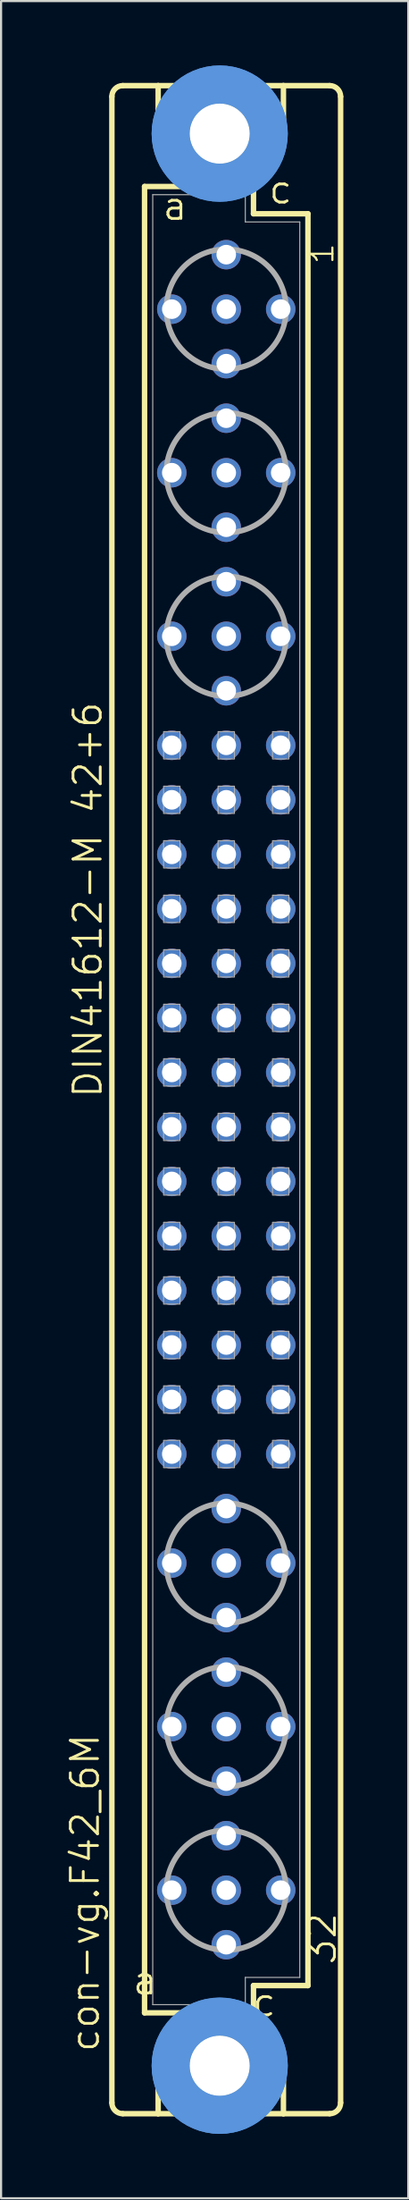
<source format=kicad_pcb>
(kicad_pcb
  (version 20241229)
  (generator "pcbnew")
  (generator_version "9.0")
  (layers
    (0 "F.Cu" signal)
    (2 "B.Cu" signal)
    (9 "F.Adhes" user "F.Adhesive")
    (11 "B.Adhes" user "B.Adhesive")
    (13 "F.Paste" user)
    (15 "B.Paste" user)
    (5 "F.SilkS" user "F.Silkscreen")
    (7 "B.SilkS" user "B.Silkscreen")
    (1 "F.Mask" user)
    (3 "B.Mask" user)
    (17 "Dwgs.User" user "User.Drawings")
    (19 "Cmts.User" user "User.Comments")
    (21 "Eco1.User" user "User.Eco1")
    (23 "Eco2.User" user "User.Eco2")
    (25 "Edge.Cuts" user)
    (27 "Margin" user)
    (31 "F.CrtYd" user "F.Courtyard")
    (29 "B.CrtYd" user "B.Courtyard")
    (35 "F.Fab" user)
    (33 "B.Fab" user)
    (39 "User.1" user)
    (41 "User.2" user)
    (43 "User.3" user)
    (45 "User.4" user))
  (footprint "con-vg.F42_6M"
    (layer "F.Cu")
    (at 7.502 48.184)
    (property "Reference" "con-vg.F42_6M" (at -5.842 44.45 90) (layer "F.SilkS") (effects (font (size 1.27 1.27) (thickness 0.13)) (justify left bottom)))
    (attr through_hole)
    (fp_line (start -5.334 46.736) (end -5.334 -46.736) (stroke (width 0.254) (type default)) (layer "F.SilkS"))
    (fp_line (start -4.826 -47.244) (end -3.175 -47.244) (stroke (width 0.254) (type default)) (layer "F.SilkS"))
    (fp_line (start -4.826 47.244) (end -3.175 47.244) (stroke (width 0.254) (type default)) (layer "F.SilkS"))
    (fp_line (start -3.81 -42.545) (end -3.81 42.545) (stroke (width 0.254) (type default)) (layer "F.SilkS"))
    (fp_line (start -3.81 42.545) (end -1.651 42.545) (stroke (width 0.254) (type default)) (layer "F.SilkS"))
    (fp_line (start -3.175 -47.244) (end -3.175 -44.45) (stroke (width 0.254) (type default)) (layer "F.SilkS"))
    (fp_line (start -3.175 47.244) (end -3.175 44.45) (stroke (width 0.254) (type default)) (layer "F.SilkS"))
    (fp_line (start -3.175 47.244) (end 2.667 47.244) (stroke (width 0.254) (type default)) (layer "F.SilkS"))
    (fp_line (start -1.651 -42.545) (end -3.81 -42.545) (stroke (width 0.254) (type default)) (layer "F.SilkS"))
    (fp_line (start -1.651 -42.545) (end -3.175 -44.45) (stroke (width 0.254) (type default)) (layer "F.SilkS"))
    (fp_line (start -1.651 42.545) (end -3.175 44.45) (stroke (width 0.254) (type default)) (layer "F.SilkS"))
    (fp_line (start -1.651 42.545) (end 1.143 42.545) (stroke (width 0.254) (type default)) (layer "F.SilkS"))
    (fp_line (start 1.143 -42.545) (end -1.651 -42.545) (stroke (width 0.254) (type default)) (layer "F.SilkS"))
    (fp_line (start 1.143 -42.545) (end 2.667 -44.45) (stroke (width 0.254) (type default)) (layer "F.SilkS"))
    (fp_line (start 1.143 42.545) (end 1.27 42.545) (stroke (width 0.254) (type default)) (layer "F.SilkS"))
    (fp_line (start 1.143 42.545) (end 2.667 44.45) (stroke (width 0.254) (type default)) (layer "F.SilkS"))
    (fp_line (start 1.27 -42.545) (end 1.143 -42.545) (stroke (width 0.254) (type default)) (layer "F.SilkS"))
    (fp_line (start 1.27 -41.275) (end 1.27 -42.545) (stroke (width 0.254) (type default)) (layer "F.SilkS"))
    (fp_line (start 1.27 41.275) (end 3.81 41.275) (stroke (width 0.254) (type default)) (layer "F.SilkS"))
    (fp_line (start 1.27 42.545) (end 1.27 41.275) (stroke (width 0.254) (type default)) (layer "F.SilkS"))
    (fp_line (start 2.667 -47.244) (end -3.175 -47.244) (stroke (width 0.254) (type default)) (layer "F.SilkS"))
    (fp_line (start 2.667 -47.244) (end 2.667 -44.45) (stroke (width 0.254) (type default)) (layer "F.SilkS"))
    (fp_line (start 2.667 47.244) (end 2.667 44.45) (stroke (width 0.254) (type default)) (layer "F.SilkS"))
    (fp_line (start 2.667 47.244) (end 4.826 47.244) (stroke (width 0.254) (type default)) (layer "F.SilkS"))
    (fp_line (start 3.81 -41.275) (end 1.27 -41.275) (stroke (width 0.254) (type default)) (layer "F.SilkS"))
    (fp_line (start 3.81 41.275) (end 3.81 -41.275) (stroke (width 0.254) (type default)) (layer "F.SilkS"))
    (fp_line (start 4.826 -47.244) (end 2.667 -47.244) (stroke (width 0.254) (type default)) (layer "F.SilkS"))
    (fp_line (start 5.334 46.736) (end 5.334 -46.736) (stroke (width 0.254) (type default)) (layer "F.SilkS"))
    (fp_arc (start -5.334 -46.736) (mid -5.18521 -47.09521) (end -4.826 -47.244) (stroke (width 0.254) (type default)) (layer "F.SilkS"))
    (fp_arc (start -4.826 47.244) (mid -5.18521 47.09521) (end -5.334 46.736) (stroke (width 0.254) (type default)) (layer "F.SilkS"))
    (fp_arc (start 4.826 -47.244) (mid 5.18521 -47.09521) (end 5.334 -46.736) (stroke (width 0.254) (type default)) (layer "F.SilkS"))
    (fp_arc (start 5.334 46.736) (mid 5.18521 47.09521) (end 4.826 47.244) (stroke (width 0.254) (type default)) (layer "F.SilkS"))
    (fp_circle (center -0.305 -45.009) (end 0.965 -45.009) (stroke (width 0.254) (type default)) (fill no) (layer "F.SilkS"))
    (fp_circle (center -0.305 45.009) (end 0.965 45.009) (stroke (width 0.254) (type default)) (fill no) (layer "F.SilkS"))
    (fp_circle (center -0.305 -45.009) (end 1.981 -45.009) (stroke (width 1.778) (type default)) (fill no) (layer "Cmts.User"))
    (fp_circle (center -0.305 -45.009) (end 1.981 -45.009) (stroke (width 1.778) (type default)) (fill no) (layer "Cmts.User"))
    (fp_circle (center -0.305 45.009) (end 1.981 45.009) (stroke (width 1.778) (type default)) (fill no) (layer "Cmts.User"))
    (fp_circle (center -0.305 45.009) (end 1.981 45.009) (stroke (width 1.778) (type default)) (fill no) (layer "Cmts.User"))
    (fp_line (start -3.429 -42.164) (end -3.429 42.164) (stroke (width 0.051) (type default)) (layer "F.Fab"))
    (fp_line (start -3.429 -42.164) (end 0.889 -42.164) (stroke (width 0.051) (type default)) (layer "F.Fab"))
    (fp_line (start -3.429 42.164) (end 0.889 42.164) (stroke (width 0.051) (type default)) (layer "F.Fab"))
    (fp_line (start 0.889 -42.164) (end 0.889 -40.894) (stroke (width 0.051) (type default)) (layer "F.Fab"))
    (fp_line (start 0.889 -40.894) (end 3.429 -40.894) (stroke (width 0.051) (type default)) (layer "F.Fab"))
    (fp_line (start 0.889 40.894) (end 3.429 40.894) (stroke (width 0.051) (type default)) (layer "F.Fab"))
    (fp_line (start 0.889 42.164) (end 0.889 40.894) (stroke (width 0.051) (type default)) (layer "F.Fab"))
    (fp_line (start 3.429 -40.894) (end 3.429 40.894) (stroke (width 0.051) (type default)) (layer "F.Fab"))
    (fp_rect (start -2.921 -15.875) (end -2.159 -17.145) (stroke (width 0.05) (type default)) (fill no) (layer "F.Fab"))
    (fp_rect (start -2.921 -13.335) (end -2.159 -14.605) (stroke (width 0.05) (type default)) (fill no) (layer "F.Fab"))
    (fp_rect (start -2.921 -10.795) (end -2.159 -12.065) (stroke (width 0.05) (type default)) (fill no) (layer "F.Fab"))
    (fp_rect (start -2.921 -8.255) (end -2.159 -9.525) (stroke (width 0.05) (type default)) (fill no) (layer "F.Fab"))
    (fp_rect (start -2.921 -5.715) (end -2.159 -6.985) (stroke (width 0.05) (type default)) (fill no) (layer "F.Fab"))
    (fp_rect (start -2.921 -3.175) (end -2.159 -4.445) (stroke (width 0.05) (type default)) (fill no) (layer "F.Fab"))
    (fp_rect (start -2.921 -0.635) (end -2.159 -1.905) (stroke (width 0.05) (type default)) (fill no) (layer "F.Fab"))
    (fp_rect (start -2.921 1.905) (end -2.159 0.635) (stroke (width 0.05) (type default)) (fill no) (layer "F.Fab"))
    (fp_rect (start -2.921 4.445) (end -2.159 3.175) (stroke (width 0.05) (type default)) (fill no) (layer "F.Fab"))
    (fp_rect (start -2.921 6.985) (end -2.159 5.715) (stroke (width 0.05) (type default)) (fill no) (layer "F.Fab"))
    (fp_rect (start -2.921 9.525) (end -2.159 8.255) (stroke (width 0.05) (type default)) (fill no) (layer "F.Fab"))
    (fp_rect (start -2.921 12.065) (end -2.159 10.795) (stroke (width 0.05) (type default)) (fill no) (layer "F.Fab"))
    (fp_rect (start -2.921 14.605) (end -2.159 13.335) (stroke (width 0.05) (type default)) (fill no) (layer "F.Fab"))
    (fp_rect (start -2.921 17.145) (end -2.159 15.875) (stroke (width 0.05) (type default)) (fill no) (layer "F.Fab"))
    (fp_rect (start -0.381 -15.875) (end 0.381 -17.145) (stroke (width 0.05) (type default)) (fill no) (layer "F.Fab"))
    (fp_rect (start -0.381 -13.335) (end 0.381 -14.605) (stroke (width 0.05) (type default)) (fill no) (layer "F.Fab"))
    (fp_rect (start -0.381 -10.795) (end 0.381 -12.065) (stroke (width 0.05) (type default)) (fill no) (layer "F.Fab"))
    (fp_rect (start -0.381 -8.255) (end 0.381 -9.525) (stroke (width 0.05) (type default)) (fill no) (layer "F.Fab"))
    (fp_rect (start -0.381 -5.715) (end 0.381 -6.985) (stroke (width 0.05) (type default)) (fill no) (layer "F.Fab"))
    (fp_rect (start -0.381 -3.175) (end 0.381 -4.445) (stroke (width 0.05) (type default)) (fill no) (layer "F.Fab"))
    (fp_rect (start -0.381 -0.635) (end 0.381 -1.905) (stroke (width 0.05) (type default)) (fill no) (layer "F.Fab"))
    (fp_rect (start -0.381 1.905) (end 0.381 0.635) (stroke (width 0.05) (type default)) (fill no) (layer "F.Fab"))
    (fp_rect (start -0.381 4.445) (end 0.381 3.175) (stroke (width 0.05) (type default)) (fill no) (layer "F.Fab"))
    (fp_rect (start -0.381 6.985) (end 0.381 5.715) (stroke (width 0.05) (type default)) (fill no) (layer "F.Fab"))
    (fp_rect (start -0.381 9.525) (end 0.381 8.255) (stroke (width 0.05) (type default)) (fill no) (layer "F.Fab"))
    (fp_rect (start -0.381 12.065) (end 0.381 10.795) (stroke (width 0.05) (type default)) (fill no) (layer "F.Fab"))
    (fp_rect (start -0.381 14.605) (end 0.381 13.335) (stroke (width 0.05) (type default)) (fill no) (layer "F.Fab"))
    (fp_rect (start -0.381 17.145) (end 0.381 15.875) (stroke (width 0.05) (type default)) (fill no) (layer "F.Fab"))
    (fp_rect (start 2.159 -15.875) (end 2.921 -17.145) (stroke (width 0.05) (type default)) (fill no) (layer "F.Fab"))
    (fp_rect (start 2.159 -13.335) (end 2.921 -14.605) (stroke (width 0.05) (type default)) (fill no) (layer "F.Fab"))
    (fp_rect (start 2.159 -10.795) (end 2.921 -12.065) (stroke (width 0.05) (type default)) (fill no) (layer "F.Fab"))
    (fp_rect (start 2.159 -8.255) (end 2.921 -9.525) (stroke (width 0.05) (type default)) (fill no) (layer "F.Fab"))
    (fp_rect (start 2.159 -5.715) (end 2.921 -6.985) (stroke (width 0.05) (type default)) (fill no) (layer "F.Fab"))
    (fp_rect (start 2.159 -3.175) (end 2.921 -4.445) (stroke (width 0.05) (type default)) (fill no) (layer "F.Fab"))
    (fp_rect (start 2.159 -0.635) (end 2.921 -1.905) (stroke (width 0.05) (type default)) (fill no) (layer "F.Fab"))
    (fp_rect (start 2.159 1.905) (end 2.921 0.635) (stroke (width 0.05) (type default)) (fill no) (layer "F.Fab"))
    (fp_rect (start 2.159 4.445) (end 2.921 3.175) (stroke (width 0.05) (type default)) (fill no) (layer "F.Fab"))
    (fp_rect (start 2.159 6.985) (end 2.921 5.715) (stroke (width 0.05) (type default)) (fill no) (layer "F.Fab"))
    (fp_rect (start 2.159 9.525) (end 2.921 8.255) (stroke (width 0.05) (type default)) (fill no) (layer "F.Fab"))
    (fp_rect (start 2.159 12.065) (end 2.921 10.795) (stroke (width 0.05) (type default)) (fill no) (layer "F.Fab"))
    (fp_rect (start 2.159 14.605) (end 2.921 13.335) (stroke (width 0.05) (type default)) (fill no) (layer "F.Fab"))
    (fp_rect (start 2.159 17.145) (end 2.921 15.875) (stroke (width 0.05) (type default)) (fill no) (layer "F.Fab"))
    (fp_circle (center 0 -36.83) (end 2.794 -36.83) (stroke (width 0.254) (type default)) (fill no) (layer "F.Fab"))
    (fp_circle (center 0 -29.21) (end 2.794 -29.21) (stroke (width 0.254) (type default)) (fill no) (layer "F.Fab"))
    (fp_circle (center 0 -21.59) (end 2.794 -21.59) (stroke (width 0.254) (type default)) (fill no) (layer "F.Fab"))
    (fp_circle (center 0 21.59) (end 2.794 21.59) (stroke (width 0.254) (type default)) (fill no) (layer "F.Fab"))
    (fp_circle (center 0 29.21) (end 2.794 29.21) (stroke (width 0.254) (type default)) (fill no) (layer "F.Fab"))
    (fp_circle (center 0 36.83) (end 2.794 36.83) (stroke (width 0.254) (type default)) (fill no) (layer "F.Fab"))
    (fp_text user "c " (at 1.143 42.799 0) (layer "F.SilkS") (effects (font (size 1.27 1.27) (thickness 0.13)) (justify left bottom)))
    (fp_text user "1" (at 5.08 -38.862 90) (layer "F.SilkS") (effects (font (size 1.016 1.016) (thickness 0.1)) (justify left bottom)))
    (fp_text user "c" (at 1.905 -41.656 0) (layer "F.SilkS") (effects (font (size 1.27 1.27) (thickness 0.13)) (justify left bottom)))
    (fp_text user "a" (at -3.048 -40.894 0) (layer "F.SilkS") (effects (font (size 1.27 1.27) (thickness 0.13)) (justify left bottom)))
    (fp_text user "32" (at 5.207 40.386 90) (layer "F.SilkS") (effects (font (size 1.27 1.27) (thickness 0.13)) (justify left bottom)))
    (fp_text user "DIN41612-M 42+6" (at -5.715 0 90) (layer "F.SilkS") (effects (font (size 1.27 1.27) (thickness 0.13)) (justify left bottom)))
    (fp_text user "a " (at -4.445 41.783 0) (layer "F.SilkS") (effects (font (size 1.27 1.27) (thickness 0.13)) (justify left bottom)))
    (pad "" np_thru_hole circle (at -0.305 -45.009) (size 2.794 2.794) (drill 2.794) (layers "*.Cu" "*.Mask"))
    (pad "" np_thru_hole circle (at -0.305 45.009) (size 2.794 2.794) (drill 2.794) (layers "*.Cu" "*.Mask"))
    (pad "A2" thru_hole circle (at -2.54 -36.83) (size 1.372 1.372) (drill 0.914) (layers "*.Cu" "*.Mask"))
    (pad "A5" thru_hole circle (at -2.54 -29.21) (size 1.372 1.372) (drill 0.914) (layers "*.Cu" "*.Mask"))
    (pad "A8" thru_hole circle (at -2.54 -21.59) (size 1.372 1.372) (drill 0.914) (layers "*.Cu" "*.Mask"))
    (pad "A10" thru_hole circle (at -2.54 -16.51) (size 1.372 1.372) (drill 0.914) (layers "*.Cu" "*.Mask"))
    (pad "A11" thru_hole circle (at -2.54 -13.97) (size 1.372 1.372) (drill 0.914) (layers "*.Cu" "*.Mask"))
    (pad "A12" thru_hole circle (at -2.54 -11.43) (size 1.372 1.372) (drill 0.914) (layers "*.Cu" "*.Mask"))
    (pad "A13" thru_hole circle (at -2.54 -8.89) (size 1.372 1.372) (drill 0.914) (layers "*.Cu" "*.Mask"))
    (pad "A14" thru_hole circle (at -2.54 -6.35) (size 1.372 1.372) (drill 0.914) (layers "*.Cu" "*.Mask"))
    (pad "A15" thru_hole circle (at -2.54 -3.81) (size 1.372 1.372) (drill 0.914) (layers "*.Cu" "*.Mask"))
    (pad "A16" thru_hole circle (at -2.54 -1.27) (size 1.372 1.372) (drill 0.914) (layers "*.Cu" "*.Mask"))
    (pad "A17" thru_hole circle (at -2.54 1.27) (size 1.372 1.372) (drill 0.914) (layers "*.Cu" "*.Mask"))
    (pad "A18" thru_hole circle (at -2.54 3.81) (size 1.372 1.372) (drill 0.914) (layers "*.Cu" "*.Mask"))
    (pad "A19" thru_hole circle (at -2.54 6.35) (size 1.372 1.372) (drill 0.914) (layers "*.Cu" "*.Mask"))
    (pad "A20" thru_hole circle (at -2.54 8.89) (size 1.372 1.372) (drill 0.914) (layers "*.Cu" "*.Mask"))
    (pad "A21" thru_hole circle (at -2.54 11.43) (size 1.372 1.372) (drill 0.914) (layers "*.Cu" "*.Mask"))
    (pad "A22" thru_hole circle (at -2.54 13.97) (size 1.372 1.372) (drill 0.914) (layers "*.Cu" "*.Mask"))
    (pad "A23" thru_hole circle (at -2.54 16.51) (size 1.372 1.372) (drill 0.914) (layers "*.Cu" "*.Mask"))
    (pad "A25" thru_hole circle (at -2.54 21.59) (size 1.372 1.372) (drill 0.914) (layers "*.Cu" "*.Mask"))
    (pad "A28" thru_hole circle (at -2.54 29.21) (size 1.372 1.372) (drill 0.914) (layers "*.Cu" "*.Mask"))
    (pad "A31" thru_hole circle (at -2.54 36.83) (size 1.372 1.372) (drill 0.914) (layers "*.Cu" "*.Mask"))
    (pad "B1" thru_hole circle (at 0 -39.37) (size 1.372 1.372) (drill 0.914) (layers "*.Cu" "*.Mask"))
    (pad "B2" thru_hole circle (at 0 -36.83) (size 1.372 1.372) (drill 0.914) (layers "*.Cu" "*.Mask"))
    (pad "B3" thru_hole circle (at 0 -34.29) (size 1.372 1.372) (drill 0.914) (layers "*.Cu" "*.Mask"))
    (pad "B4" thru_hole circle (at 0 -31.75) (size 1.372 1.372) (drill 0.914) (layers "*.Cu" "*.Mask"))
    (pad "B5" thru_hole circle (at 0 -29.21) (size 1.372 1.372) (drill 0.914) (layers "*.Cu" "*.Mask"))
    (pad "B6" thru_hole circle (at 0 -26.67) (size 1.372 1.372) (drill 0.914) (layers "*.Cu" "*.Mask"))
    (pad "B7" thru_hole circle (at 0 -24.13) (size 1.372 1.372) (drill 0.914) (layers "*.Cu" "*.Mask"))
    (pad "B8" thru_hole circle (at 0 -21.59) (size 1.372 1.372) (drill 0.914) (layers "*.Cu" "*.Mask"))
    (pad "B9" thru_hole circle (at 0 -19.05) (size 1.372 1.372) (drill 0.914) (layers "*.Cu" "*.Mask"))
    (pad "B10" thru_hole circle (at 0 -16.51) (size 1.372 1.372) (drill 0.914) (layers "*.Cu" "*.Mask"))
    (pad "B11" thru_hole circle (at 0 -13.97) (size 1.372 1.372) (drill 0.914) (layers "*.Cu" "*.Mask"))
    (pad "B12" thru_hole circle (at 0 -11.43) (size 1.372 1.372) (drill 0.914) (layers "*.Cu" "*.Mask"))
    (pad "B13" thru_hole circle (at 0 -8.89) (size 1.372 1.372) (drill 0.914) (layers "*.Cu" "*.Mask"))
    (pad "B14" thru_hole circle (at 0 -6.35) (size 1.372 1.372) (drill 0.914) (layers "*.Cu" "*.Mask"))
    (pad "B15" thru_hole circle (at 0 -3.81) (size 1.372 1.372) (drill 0.914) (layers "*.Cu" "*.Mask"))
    (pad "B16" thru_hole circle (at 0 -1.27) (size 1.372 1.372) (drill 0.914) (layers "*.Cu" "*.Mask"))
    (pad "B17" thru_hole circle (at 0 1.27) (size 1.372 1.372) (drill 0.914) (layers "*.Cu" "*.Mask"))
    (pad "B18" thru_hole circle (at 0 3.81) (size 1.372 1.372) (drill 0.914) (layers "*.Cu" "*.Mask"))
    (pad "B19" thru_hole circle (at 0 6.35) (size 1.372 1.372) (drill 0.914) (layers "*.Cu" "*.Mask"))
    (pad "B20" thru_hole circle (at 0 8.89) (size 1.372 1.372) (drill 0.914) (layers "*.Cu" "*.Mask"))
    (pad "B21" thru_hole circle (at 0 11.43) (size 1.372 1.372) (drill 0.914) (layers "*.Cu" "*.Mask"))
    (pad "B22" thru_hole circle (at 0 13.97) (size 1.372 1.372) (drill 0.914) (layers "*.Cu" "*.Mask"))
    (pad "B23" thru_hole circle (at 0 16.51) (size 1.372 1.372) (drill 0.914) (layers "*.Cu" "*.Mask"))
    (pad "B24" thru_hole circle (at 0 19.05) (size 1.372 1.372) (drill 0.914) (layers "*.Cu" "*.Mask"))
    (pad "B25" thru_hole circle (at 0 21.59) (size 1.372 1.372) (drill 0.914) (layers "*.Cu" "*.Mask"))
    (pad "B26" thru_hole circle (at 0 24.13) (size 1.372 1.372) (drill 0.914) (layers "*.Cu" "*.Mask"))
    (pad "B27" thru_hole circle (at 0 26.67) (size 1.372 1.372) (drill 0.914) (layers "*.Cu" "*.Mask"))
    (pad "B28" thru_hole circle (at 0 29.21) (size 1.372 1.372) (drill 0.914) (layers "*.Cu" "*.Mask"))
    (pad "B29" thru_hole circle (at 0 31.75) (size 1.372 1.372) (drill 0.914) (layers "*.Cu" "*.Mask"))
    (pad "B30" thru_hole circle (at 0 34.29) (size 1.372 1.372) (drill 0.914) (layers "*.Cu" "*.Mask"))
    (pad "B31" thru_hole circle (at 0 36.83) (size 1.372 1.372) (drill 0.914) (layers "*.Cu" "*.Mask"))
    (pad "B32" thru_hole circle (at 0 39.37) (size 1.372 1.372) (drill 0.914) (layers "*.Cu" "*.Mask"))
    (pad "C2" thru_hole circle (at 2.54 -36.83) (size 1.372 1.372) (drill 0.914) (layers "*.Cu" "*.Mask"))
    (pad "C5" thru_hole circle (at 2.54 -29.21) (size 1.372 1.372) (drill 0.914) (layers "*.Cu" "*.Mask"))
    (pad "C8" thru_hole circle (at 2.54 -21.59) (size 1.372 1.372) (drill 0.914) (layers "*.Cu" "*.Mask"))
    (pad "C10" thru_hole circle (at 2.54 -16.51) (size 1.372 1.372) (drill 0.914) (layers "*.Cu" "*.Mask"))
    (pad "C11" thru_hole circle (at 2.54 -13.97) (size 1.372 1.372) (drill 0.914) (layers "*.Cu" "*.Mask"))
    (pad "C12" thru_hole circle (at 2.54 -11.43) (size 1.372 1.372) (drill 0.914) (layers "*.Cu" "*.Mask"))
    (pad "C13" thru_hole circle (at 2.54 -8.89) (size 1.372 1.372) (drill 0.914) (layers "*.Cu" "*.Mask"))
    (pad "C14" thru_hole circle (at 2.54 -6.35) (size 1.372 1.372) (drill 0.914) (layers "*.Cu" "*.Mask"))
    (pad "C15" thru_hole circle (at 2.54 -3.81) (size 1.372 1.372) (drill 0.914) (layers "*.Cu" "*.Mask"))
    (pad "C16" thru_hole circle (at 2.54 -1.27) (size 1.372 1.372) (drill 0.914) (layers "*.Cu" "*.Mask"))
    (pad "C17" thru_hole circle (at 2.54 1.27) (size 1.372 1.372) (drill 0.914) (layers "*.Cu" "*.Mask"))
    (pad "C18" thru_hole circle (at 2.54 3.81) (size 1.372 1.372) (drill 0.914) (layers "*.Cu" "*.Mask"))
    (pad "C19" thru_hole circle (at 2.54 6.35) (size 1.372 1.372) (drill 0.914) (layers "*.Cu" "*.Mask"))
    (pad "C20" thru_hole circle (at 2.54 8.89) (size 1.372 1.372) (drill 0.914) (layers "*.Cu" "*.Mask"))
    (pad "C21" thru_hole circle (at 2.54 11.43) (size 1.372 1.372) (drill 0.914) (layers "*.Cu" "*.Mask"))
    (pad "C22" thru_hole circle (at 2.54 13.97) (size 1.372 1.372) (drill 0.914) (layers "*.Cu" "*.Mask"))
    (pad "C23" thru_hole circle (at 2.54 16.51) (size 1.372 1.372) (drill 0.914) (layers "*.Cu" "*.Mask"))
    (pad "C25" thru_hole circle (at 2.54 21.59) (size 1.372 1.372) (drill 0.914) (layers "*.Cu" "*.Mask"))
    (pad "C28" thru_hole circle (at 2.54 29.21) (size 1.372 1.372) (drill 0.914) (layers "*.Cu" "*.Mask"))
    (pad "C31" thru_hole circle (at 2.54 36.83) (size 1.372 1.372) (drill 0.914) (layers "*.Cu" "*.Mask")))
  (gr_rect
    (start -3 -3)
    (end 15.991 99.368)
    (stroke (width 0.1) (type default))
    (fill no)
    (layer "Edge.Cuts")))
</source>
